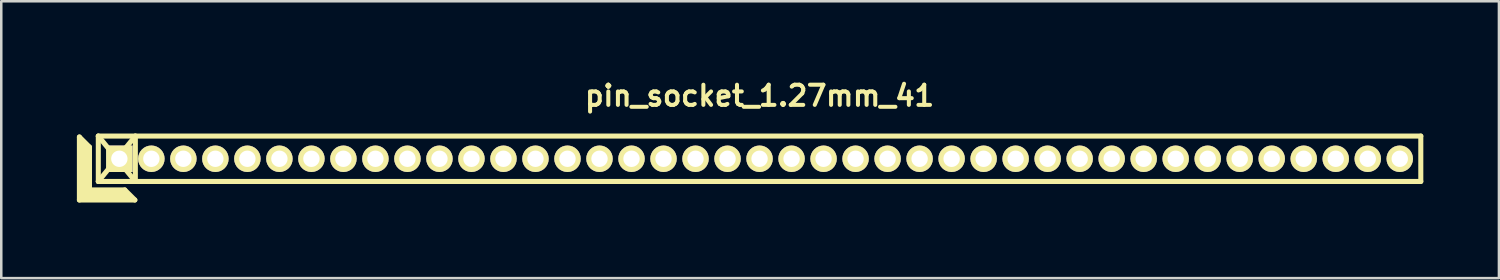
<source format=kicad_pcb>
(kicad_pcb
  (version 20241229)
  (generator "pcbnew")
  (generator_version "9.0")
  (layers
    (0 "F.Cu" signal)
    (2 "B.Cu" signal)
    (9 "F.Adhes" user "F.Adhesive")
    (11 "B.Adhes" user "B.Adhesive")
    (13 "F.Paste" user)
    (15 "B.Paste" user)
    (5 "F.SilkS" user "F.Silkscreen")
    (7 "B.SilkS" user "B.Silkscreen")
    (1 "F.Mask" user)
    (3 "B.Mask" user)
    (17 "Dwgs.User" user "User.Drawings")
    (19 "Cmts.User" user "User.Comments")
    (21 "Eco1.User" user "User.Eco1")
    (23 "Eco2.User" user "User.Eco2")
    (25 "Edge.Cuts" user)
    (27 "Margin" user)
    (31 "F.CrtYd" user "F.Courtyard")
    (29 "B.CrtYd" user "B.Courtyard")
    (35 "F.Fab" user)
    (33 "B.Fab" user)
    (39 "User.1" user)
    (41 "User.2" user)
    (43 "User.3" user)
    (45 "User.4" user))
  (footprint "pin_socket_1.27mm_41"
    (layer "F.Cu")
    (at 27.085 3.249)
    (property "Reference" "pin_socket_1.27mm_41" (at 0 -2.5 0) (layer "F.SilkS") (effects (font (size 0.8 0.8) (thickness 0.16))))
    (attr through_hole)
    (fp_line (start -26.985 -0.864) (end -26.985 1.636) (stroke (width 0.2) (type solid)) (layer "F.SilkS"))
    (fp_line (start -26.985 -0.864) (end -26.585 -0.464) (stroke (width 0.2) (type solid)) (layer "F.SilkS"))
    (fp_line (start -26.985 1.636) (end -24.785 1.636) (stroke (width 0.2) (type solid)) (layer "F.SilkS"))
    (fp_line (start -26.885 1.536) (end -26.885 -0.664) (stroke (width 0.2) (type solid)) (layer "F.SilkS"))
    (fp_line (start -26.885 1.536) (end -24.985 1.536) (stroke (width 0.2) (type solid)) (layer "F.SilkS"))
    (fp_line (start -26.785 1.436) (end -26.785 -0.564) (stroke (width 0.2) (type solid)) (layer "F.SilkS"))
    (fp_line (start -26.785 1.436) (end -25.085 1.436) (stroke (width 0.2) (type solid)) (layer "F.SilkS"))
    (fp_line (start -26.685 1.336) (end -26.685 -0.464) (stroke (width 0.2) (type solid)) (layer "F.SilkS"))
    (fp_line (start -26.685 1.336) (end -25.185 1.336) (stroke (width 0.2) (type solid)) (layer "F.SilkS"))
    (fp_line (start -26.585 1.236) (end -26.585 -0.464) (stroke (width 0.2) (type solid)) (layer "F.SilkS"))
    (fp_line (start -26.585 1.236) (end -25.185 1.236) (stroke (width 0.2) (type solid)) (layer "F.SilkS"))
    (fp_line (start -26.235 -0.9) (end -24.765 0.9) (stroke (width 0.2) (type solid)) (layer "F.SilkS"))
    (fp_line (start -26.235 -0.9) (end 26.235 -0.9) (stroke (width 0.2) (type solid)) (layer "F.SilkS"))
    (fp_line (start -26.235 0.9) (end -26.235 -0.9) (stroke (width 0.2) (type solid)) (layer "F.SilkS"))
    (fp_line (start -26.235 0.9) (end -24.765 -0.9) (stroke (width 0.2) (type solid)) (layer "F.SilkS"))
    (fp_line (start -25.185 1.236) (end -24.785 1.636) (stroke (width 0.2) (type solid)) (layer "F.SilkS"))
    (fp_line (start -24.765 -0.9) (end -24.765 0.9) (stroke (width 0.2) (type solid)) (layer "F.SilkS"))
    (fp_line (start 26.235 -0.9) (end 26.235 0.9) (stroke (width 0.2) (type solid)) (layer "F.SilkS"))
    (fp_line (start 26.235 0.9) (end -26.235 0.9) (stroke (width 0.2) (type solid)) (layer "F.SilkS"))
    (pad "1" thru_hole rect (at -25.4 0) (size 1.05 1.05) (drill 0.65) (layers "*.Cu" "*.Mask" "F.SilkS"))
    (pad "2" thru_hole oval (at -24.13 0) (size 1.05 1.05) (drill 0.65) (layers "*.Cu" "*.Mask" "F.SilkS"))
    (pad "3" thru_hole oval (at -22.86 0) (size 1.05 1.05) (drill 0.65) (layers "*.Cu" "*.Mask" "F.SilkS"))
    (pad "4" thru_hole oval (at -21.59 0) (size 1.05 1.05) (drill 0.65) (layers "*.Cu" "*.Mask" "F.SilkS"))
    (pad "5" thru_hole oval (at -20.32 0) (size 1.05 1.05) (drill 0.65) (layers "*.Cu" "*.Mask" "F.SilkS"))
    (pad "6" thru_hole oval (at -19.05 0) (size 1.05 1.05) (drill 0.65) (layers "*.Cu" "*.Mask" "F.SilkS"))
    (pad "7" thru_hole oval (at -17.78 0) (size 1.05 1.05) (drill 0.65) (layers "*.Cu" "*.Mask" "F.SilkS"))
    (pad "8" thru_hole oval (at -16.51 0) (size 1.05 1.05) (drill 0.65) (layers "*.Cu" "*.Mask" "F.SilkS"))
    (pad "9" thru_hole oval (at -15.24 0) (size 1.05 1.05) (drill 0.65) (layers "*.Cu" "*.Mask" "F.SilkS"))
    (pad "10" thru_hole oval (at -13.97 0) (size 1.05 1.05) (drill 0.65) (layers "*.Cu" "*.Mask" "F.SilkS"))
    (pad "11" thru_hole oval (at -12.7 0) (size 1.05 1.05) (drill 0.65) (layers "*.Cu" "*.Mask" "F.SilkS"))
    (pad "12" thru_hole oval (at -11.43 0) (size 1.05 1.05) (drill 0.65) (layers "*.Cu" "*.Mask" "F.SilkS"))
    (pad "13" thru_hole oval (at -10.16 0) (size 1.05 1.05) (drill 0.65) (layers "*.Cu" "*.Mask" "F.SilkS"))
    (pad "14" thru_hole oval (at -8.89 0) (size 1.05 1.05) (drill 0.65) (layers "*.Cu" "*.Mask" "F.SilkS"))
    (pad "15" thru_hole oval (at -7.62 0) (size 1.05 1.05) (drill 0.65) (layers "*.Cu" "*.Mask" "F.SilkS"))
    (pad "16" thru_hole oval (at -6.35 0) (size 1.05 1.05) (drill 0.65) (layers "*.Cu" "*.Mask" "F.SilkS"))
    (pad "17" thru_hole oval (at -5.08 0) (size 1.05 1.05) (drill 0.65) (layers "*.Cu" "*.Mask" "F.SilkS"))
    (pad "18" thru_hole oval (at -3.81 0) (size 1.05 1.05) (drill 0.65) (layers "*.Cu" "*.Mask" "F.SilkS"))
    (pad "19" thru_hole oval (at -2.54 0) (size 1.05 1.05) (drill 0.65) (layers "*.Cu" "*.Mask" "F.SilkS"))
    (pad "20" thru_hole oval (at -1.27 0) (size 1.05 1.05) (drill 0.65) (layers "*.Cu" "*.Mask" "F.SilkS"))
    (pad "21" thru_hole oval (at 0 0) (size 1.05 1.05) (drill 0.65) (layers "*.Cu" "*.Mask" "F.SilkS"))
    (pad "22" thru_hole oval (at 1.27 0) (size 1.05 1.05) (drill 0.65) (layers "*.Cu" "*.Mask" "F.SilkS"))
    (pad "23" thru_hole oval (at 2.54 0) (size 1.05 1.05) (drill 0.65) (layers "*.Cu" "*.Mask" "F.SilkS"))
    (pad "24" thru_hole oval (at 3.81 0) (size 1.05 1.05) (drill 0.65) (layers "*.Cu" "*.Mask" "F.SilkS"))
    (pad "25" thru_hole oval (at 5.08 0) (size 1.05 1.05) (drill 0.65) (layers "*.Cu" "*.Mask" "F.SilkS"))
    (pad "26" thru_hole oval (at 6.35 0) (size 1.05 1.05) (drill 0.65) (layers "*.Cu" "*.Mask" "F.SilkS"))
    (pad "27" thru_hole oval (at 7.62 0) (size 1.05 1.05) (drill 0.65) (layers "*.Cu" "*.Mask" "F.SilkS"))
    (pad "28" thru_hole oval (at 8.89 0) (size 1.05 1.05) (drill 0.65) (layers "*.Cu" "*.Mask" "F.SilkS"))
    (pad "29" thru_hole oval (at 10.16 0) (size 1.05 1.05) (drill 0.65) (layers "*.Cu" "*.Mask" "F.SilkS"))
    (pad "30" thru_hole oval (at 11.43 0) (size 1.05 1.05) (drill 0.65) (layers "*.Cu" "*.Mask" "F.SilkS"))
    (pad "31" thru_hole oval (at 12.7 0) (size 1.05 1.05) (drill 0.65) (layers "*.Cu" "*.Mask" "F.SilkS"))
    (pad "32" thru_hole oval (at 13.97 0) (size 1.05 1.05) (drill 0.65) (layers "*.Cu" "*.Mask" "F.SilkS"))
    (pad "33" thru_hole oval (at 15.24 0) (size 1.05 1.05) (drill 0.65) (layers "*.Cu" "*.Mask" "F.SilkS"))
    (pad "34" thru_hole oval (at 16.51 0) (size 1.05 1.05) (drill 0.65) (layers "*.Cu" "*.Mask" "F.SilkS"))
    (pad "35" thru_hole oval (at 17.78 0) (size 1.05 1.05) (drill 0.65) (layers "*.Cu" "*.Mask" "F.SilkS"))
    (pad "36" thru_hole oval (at 19.05 0) (size 1.05 1.05) (drill 0.65) (layers "*.Cu" "*.Mask" "F.SilkS"))
    (pad "37" thru_hole oval (at 20.32 0) (size 1.05 1.05) (drill 0.65) (layers "*.Cu" "*.Mask" "F.SilkS"))
    (pad "38" thru_hole oval (at 21.59 0) (size 1.05 1.05) (drill 0.65) (layers "*.Cu" "*.Mask" "F.SilkS"))
    (pad "39" thru_hole oval (at 22.86 0) (size 1.05 1.05) (drill 0.65) (layers "*.Cu" "*.Mask" "F.SilkS"))
    (pad "40" thru_hole oval (at 24.13 0) (size 1.05 1.05) (drill 0.65) (layers "*.Cu" "*.Mask" "F.SilkS"))
    (pad "41" thru_hole oval (at 25.4 0) (size 1.05 1.05) (drill 0.65) (layers "*.Cu" "*.Mask" "F.SilkS")))
  (gr_rect
    (start -3 -3)
    (end 56.42 7.985)
    (stroke (width 0.1) (type default))
    (fill no)
    (layer "Edge.Cuts")))
</source>
